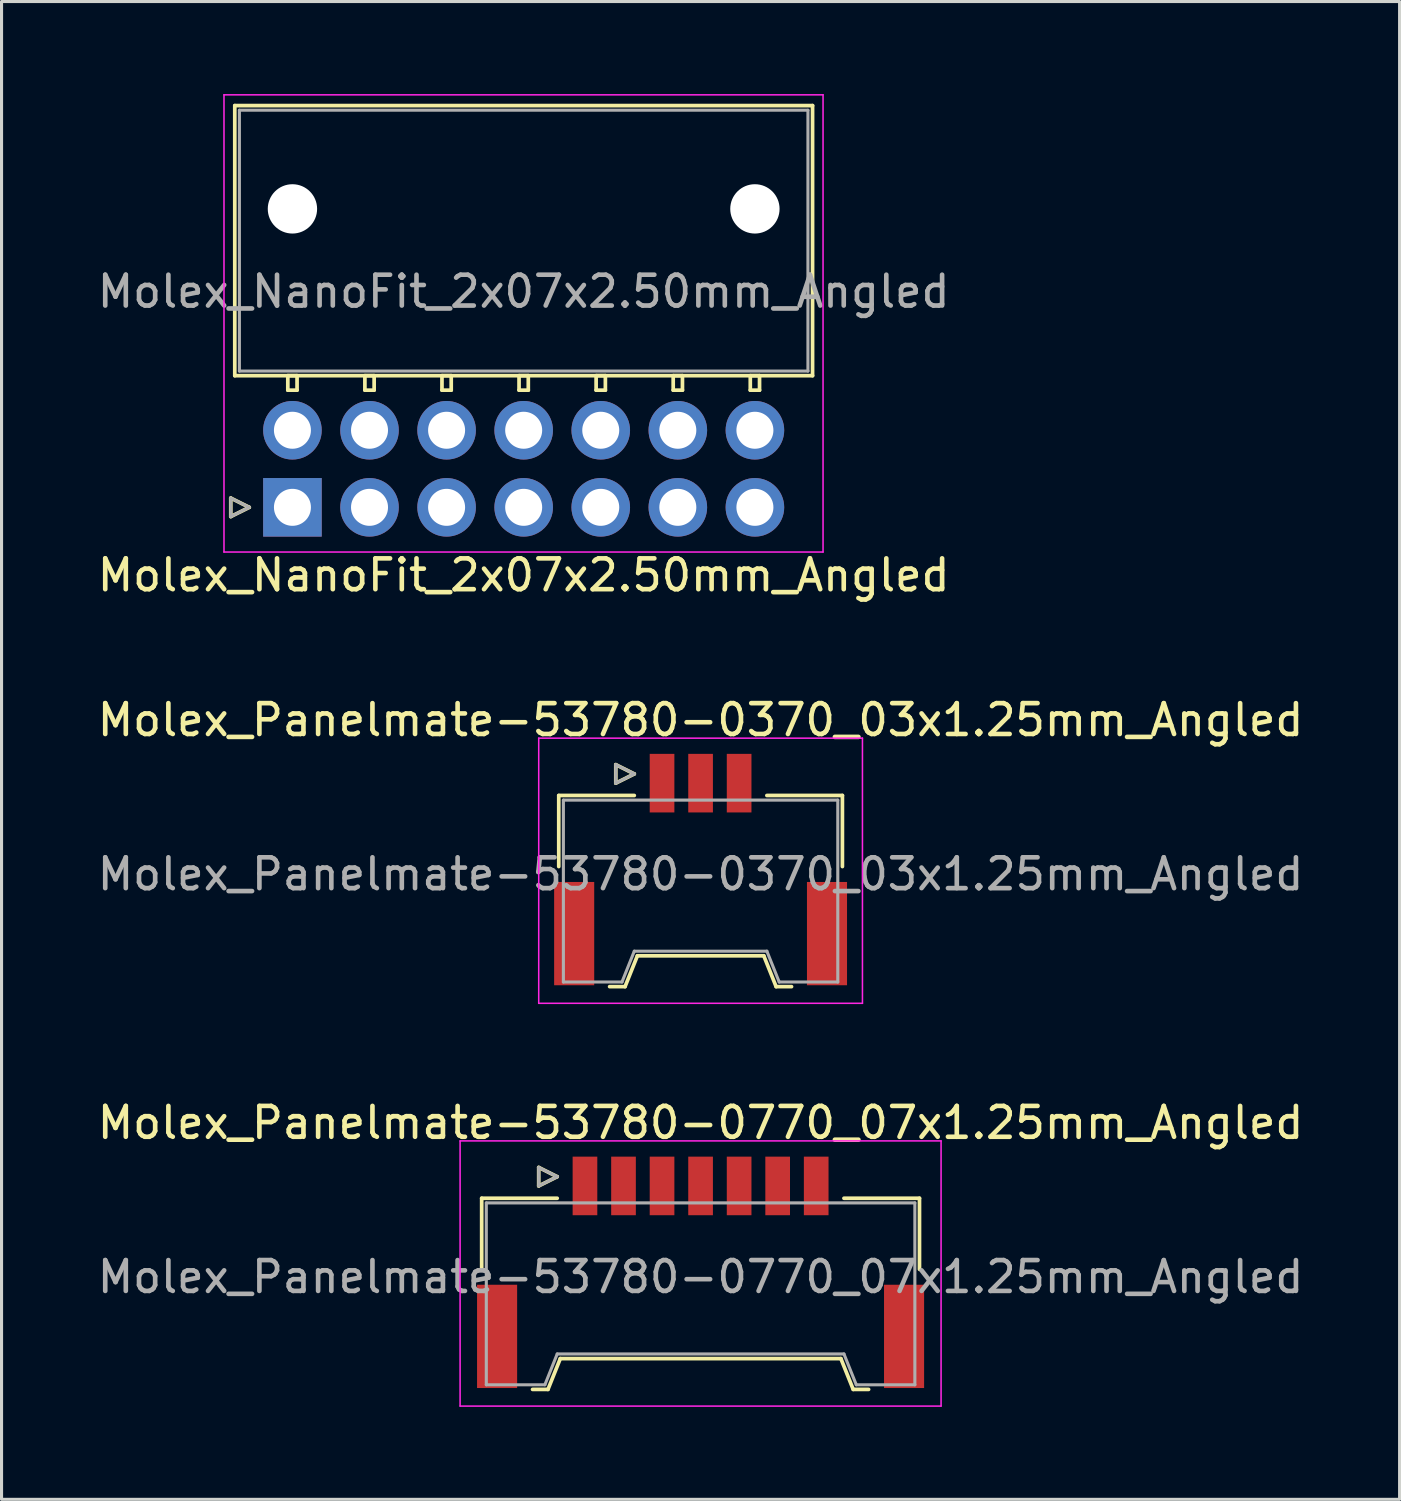
<source format=kicad_pcb>
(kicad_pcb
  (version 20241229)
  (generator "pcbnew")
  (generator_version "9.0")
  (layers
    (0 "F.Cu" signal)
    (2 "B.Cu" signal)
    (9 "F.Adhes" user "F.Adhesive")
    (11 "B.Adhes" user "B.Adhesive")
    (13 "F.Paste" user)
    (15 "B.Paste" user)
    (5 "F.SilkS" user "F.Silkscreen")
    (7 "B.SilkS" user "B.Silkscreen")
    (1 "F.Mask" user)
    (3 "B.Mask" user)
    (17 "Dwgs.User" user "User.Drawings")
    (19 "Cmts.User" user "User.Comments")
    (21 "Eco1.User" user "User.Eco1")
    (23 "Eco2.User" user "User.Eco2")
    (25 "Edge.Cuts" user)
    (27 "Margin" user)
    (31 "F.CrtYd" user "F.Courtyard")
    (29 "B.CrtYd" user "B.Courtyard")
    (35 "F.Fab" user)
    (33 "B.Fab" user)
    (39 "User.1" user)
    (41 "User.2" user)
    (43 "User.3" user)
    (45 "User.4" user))
  (footprint "Molex_Panelmate-53780-0370_03x1.25mm_Angled"
    (layer "F.Cu")
    (at 19.673 24.791)
    (property "Reference" "Molex_Panelmate-53780-0370_03x1.25mm_Angled" (at 0 -4.49 0) (layer "F.SilkS") (effects (font (size 1 1) (thickness 0.15))))
    (attr smd)
    (fp_line (start -4.6 -2.04) (end -4.6 0.265) (stroke (width 0.12) (type solid)) (layer "F.SilkS"))
    (fp_line (start -2.95 4.16) (end -2.45 4.16) (stroke (width 0.12) (type solid)) (layer "F.SilkS"))
    (fp_line (start -2.75 -3.04) (end -2.75 -2.44) (stroke (width 0.12) (type solid)) (layer "F.SilkS"))
    (fp_line (start -2.75 -2.44) (end -2.15 -2.74) (stroke (width 0.12) (type solid)) (layer "F.SilkS"))
    (fp_line (start -2.45 4.16) (end -2.05 3.16) (stroke (width 0.12) (type solid)) (layer "F.SilkS"))
    (fp_line (start -2.15 -2.74) (end -2.75 -3.04) (stroke (width 0.12) (type solid)) (layer "F.SilkS"))
    (fp_line (start -2.15 -2.04) (end -4.6 -2.04) (stroke (width 0.12) (type solid)) (layer "F.SilkS"))
    (fp_line (start -2.05 3.16) (end 2.05 3.16) (stroke (width 0.12) (type solid)) (layer "F.SilkS"))
    (fp_line (start 2.05 3.16) (end 2.45 4.16) (stroke (width 0.12) (type solid)) (layer "F.SilkS"))
    (fp_line (start 2.15 -2.04) (end 4.6 -2.04) (stroke (width 0.12) (type solid)) (layer "F.SilkS"))
    (fp_line (start 2.45 4.16) (end 2.95 4.16) (stroke (width 0.12) (type solid)) (layer "F.SilkS"))
    (fp_line (start 4.6 -2.04) (end 4.6 0.265) (stroke (width 0.12) (type solid)) (layer "F.SilkS"))
    (fp_line (start -5.25 -3.9) (end -5.25 4.7) (stroke (width 0.05) (type solid)) (layer "F.CrtYd"))
    (fp_line (start -5.25 4.7) (end 5.25 4.7) (stroke (width 0.05) (type solid)) (layer "F.CrtYd"))
    (fp_line (start 5.25 -3.9) (end -5.25 -3.9) (stroke (width 0.05) (type solid)) (layer "F.CrtYd"))
    (fp_line (start 5.25 4.7) (end 5.25 -3.9) (stroke (width 0.05) (type solid)) (layer "F.CrtYd"))
    (fp_line (start -4.45 -1.89) (end -4.45 4.01) (stroke (width 0.1) (type solid)) (layer "F.Fab"))
    (fp_line (start -4.45 4.01) (end -2.55 4.01) (stroke (width 0.1) (type solid)) (layer "F.Fab"))
    (fp_line (start -2.75 -3.04) (end -2.75 -2.44) (stroke (width 0.1) (type solid)) (layer "F.Fab"))
    (fp_line (start -2.75 -2.44) (end -2.15 -2.74) (stroke (width 0.1) (type solid)) (layer "F.Fab"))
    (fp_line (start -2.55 4.01) (end -2.15 3.01) (stroke (width 0.1) (type solid)) (layer "F.Fab"))
    (fp_line (start -2.15 -2.74) (end -2.75 -3.04) (stroke (width 0.1) (type solid)) (layer "F.Fab"))
    (fp_line (start -2.15 3.01) (end 2.15 3.01) (stroke (width 0.1) (type solid)) (layer "F.Fab"))
    (fp_line (start 2.15 3.01) (end 2.55 4.01) (stroke (width 0.1) (type solid)) (layer "F.Fab"))
    (fp_line (start 2.55 4.01) (end 4.45 4.01) (stroke (width 0.1) (type solid)) (layer "F.Fab"))
    (fp_line (start 4.45 -1.89) (end -4.45 -1.89) (stroke (width 0.1) (type solid)) (layer "F.Fab"))
    (fp_line (start 4.45 4.01) (end 4.45 -1.89) (stroke (width 0.1) (type solid)) (layer "F.Fab"))
    (fp_text user "${REFERENCE}" (at 0 0.51 0) (layer "F.Fab") (effects (font (size 1 1) (thickness 0.15))))
    (pad "" smd rect (at -4.1 2.44) (size 1.3 3.35) (layers "F.Cu" "F.Mask" "F.Paste"))
    (pad "" smd rect (at 4.1 2.44) (size 1.3 3.35) (layers "F.Cu" "F.Mask" "F.Paste"))
    (pad "1" smd rect (at -1.25 -2.44) (size 0.8 1.9) (layers "F.Cu" "F.Mask" "F.Paste"))
    (pad "2" smd rect (at 0 -2.44) (size 0.8 1.9) (layers "F.Cu" "F.Mask" "F.Paste"))
    (pad "3" smd rect (at 1.25 -2.44) (size 0.8 1.9) (layers "F.Cu" "F.Mask" "F.Paste")))
  (footprint "Molex_NanoFit_2x07x2.50mm_Angled"
    (layer "F.Cu")
    (at 6.435 13.405)
    (property "Reference" "Molex_NanoFit_2x07x2.50mm_Angled" (at 7.5 2.2 0) (layer "F.SilkS") (effects (font (size 1 1) (thickness 0.15))))
    (attr through_hole)
    (fp_line (start -2 -0.3) (end -1.4 0) (stroke (width 0.12) (type solid)) (layer "F.SilkS"))
    (fp_line (start -2 0.3) (end -2 -0.3) (stroke (width 0.12) (type solid)) (layer "F.SilkS"))
    (fp_line (start -1.87 -13.03) (end -1.87 -4.27) (stroke (width 0.12) (type solid)) (layer "F.SilkS"))
    (fp_line (start -1.87 -4.27) (end 16.87 -4.27) (stroke (width 0.12) (type solid)) (layer "F.SilkS"))
    (fp_line (start -1.4 0) (end -2 0.3) (stroke (width 0.12) (type solid)) (layer "F.SilkS"))
    (fp_line (start -0.15 -4.27) (end -0.15 -3.8) (stroke (width 0.12) (type solid)) (layer "F.SilkS"))
    (fp_line (start -0.15 -3.8) (end 0.15 -3.8) (stroke (width 0.12) (type solid)) (layer "F.SilkS"))
    (fp_line (start 0.15 -4.27) (end -0.15 -4.27) (stroke (width 0.12) (type solid)) (layer "F.SilkS"))
    (fp_line (start 0.15 -3.8) (end 0.15 -4.27) (stroke (width 0.12) (type solid)) (layer "F.SilkS"))
    (fp_line (start 2.35 -4.27) (end 2.35 -3.8) (stroke (width 0.12) (type solid)) (layer "F.SilkS"))
    (fp_line (start 2.35 -3.8) (end 2.65 -3.8) (stroke (width 0.12) (type solid)) (layer "F.SilkS"))
    (fp_line (start 2.65 -4.27) (end 2.35 -4.27) (stroke (width 0.12) (type solid)) (layer "F.SilkS"))
    (fp_line (start 2.65 -3.8) (end 2.65 -4.27) (stroke (width 0.12) (type solid)) (layer "F.SilkS"))
    (fp_line (start 4.85 -4.27) (end 4.85 -3.8) (stroke (width 0.12) (type solid)) (layer "F.SilkS"))
    (fp_line (start 4.85 -3.8) (end 5.15 -3.8) (stroke (width 0.12) (type solid)) (layer "F.SilkS"))
    (fp_line (start 5.15 -4.27) (end 4.85 -4.27) (stroke (width 0.12) (type solid)) (layer "F.SilkS"))
    (fp_line (start 5.15 -3.8) (end 5.15 -4.27) (stroke (width 0.12) (type solid)) (layer "F.SilkS"))
    (fp_line (start 7.35 -4.27) (end 7.35 -3.8) (stroke (width 0.12) (type solid)) (layer "F.SilkS"))
    (fp_line (start 7.35 -3.8) (end 7.65 -3.8) (stroke (width 0.12) (type solid)) (layer "F.SilkS"))
    (fp_line (start 7.65 -4.27) (end 7.35 -4.27) (stroke (width 0.12) (type solid)) (layer "F.SilkS"))
    (fp_line (start 7.65 -3.8) (end 7.65 -4.27) (stroke (width 0.12) (type solid)) (layer "F.SilkS"))
    (fp_line (start 9.85 -4.27) (end 9.85 -3.8) (stroke (width 0.12) (type solid)) (layer "F.SilkS"))
    (fp_line (start 9.85 -3.8) (end 10.15 -3.8) (stroke (width 0.12) (type solid)) (layer "F.SilkS"))
    (fp_line (start 10.15 -4.27) (end 9.85 -4.27) (stroke (width 0.12) (type solid)) (layer "F.SilkS"))
    (fp_line (start 10.15 -3.8) (end 10.15 -4.27) (stroke (width 0.12) (type solid)) (layer "F.SilkS"))
    (fp_line (start 12.35 -4.27) (end 12.35 -3.8) (stroke (width 0.12) (type solid)) (layer "F.SilkS"))
    (fp_line (start 12.35 -3.8) (end 12.65 -3.8) (stroke (width 0.12) (type solid)) (layer "F.SilkS"))
    (fp_line (start 12.65 -4.27) (end 12.35 -4.27) (stroke (width 0.12) (type solid)) (layer "F.SilkS"))
    (fp_line (start 12.65 -3.8) (end 12.65 -4.27) (stroke (width 0.12) (type solid)) (layer "F.SilkS"))
    (fp_line (start 14.85 -4.27) (end 14.85 -3.8) (stroke (width 0.12) (type solid)) (layer "F.SilkS"))
    (fp_line (start 14.85 -3.8) (end 15.15 -3.8) (stroke (width 0.12) (type solid)) (layer "F.SilkS"))
    (fp_line (start 15.15 -4.27) (end 14.85 -4.27) (stroke (width 0.12) (type solid)) (layer "F.SilkS"))
    (fp_line (start 15.15 -3.8) (end 15.15 -4.27) (stroke (width 0.12) (type solid)) (layer "F.SilkS"))
    (fp_line (start 16.87 -13.03) (end -1.87 -13.03) (stroke (width 0.12) (type solid)) (layer "F.SilkS"))
    (fp_line (start 16.87 -4.27) (end 16.87 -13.03) (stroke (width 0.12) (type solid)) (layer "F.SilkS"))
    (fp_line (start -2.22 -13.38) (end -2.22 1.45) (stroke (width 0.05) (type solid)) (layer "F.CrtYd"))
    (fp_line (start -2.22 1.45) (end 17.21 1.45) (stroke (width 0.05) (type solid)) (layer "F.CrtYd"))
    (fp_line (start 17.21 -13.38) (end -2.22 -13.38) (stroke (width 0.05) (type solid)) (layer "F.CrtYd"))
    (fp_line (start 17.21 1.45) (end 17.21 -13.38) (stroke (width 0.05) (type solid)) (layer "F.CrtYd"))
    (fp_line (start -2 -0.3) (end -1.4 0) (stroke (width 0.1) (type solid)) (layer "F.Fab"))
    (fp_line (start -2 0.3) (end -2 -0.3) (stroke (width 0.1) (type solid)) (layer "F.Fab"))
    (fp_line (start -1.72 -12.88) (end -1.72 -4.42) (stroke (width 0.1) (type solid)) (layer "F.Fab"))
    (fp_line (start -1.72 -4.42) (end 16.72 -4.42) (stroke (width 0.1) (type solid)) (layer "F.Fab"))
    (fp_line (start -1.4 0) (end -2 0.3) (stroke (width 0.1) (type solid)) (layer "F.Fab"))
    (fp_line (start 16.72 -12.88) (end -1.72 -12.88) (stroke (width 0.1) (type solid)) (layer "F.Fab"))
    (fp_line (start 16.72 -4.42) (end 16.72 -12.88) (stroke (width 0.1) (type solid)) (layer "F.Fab"))
    (fp_text user "${REFERENCE}" (at 7.5 -7 0) (layer "F.Fab") (effects (font (size 1 1) (thickness 0.15))))
    (pad "" np_thru_hole circle (at 0 -9.68) (size 1.6 1.6) (drill 1.6) (layers "*.Cu" "*.Mask"))
    (pad "" np_thru_hole circle (at 15 -9.68) (size 1.6 1.6) (drill 1.6) (layers "*.Cu" "*.Mask"))
    (pad "1" thru_hole rect (at 0 0) (size 1.9 1.9) (drill 1.2) (layers "*.Cu" "*.Mask"))
    (pad "2" thru_hole circle (at 2.5 0) (size 1.9 1.9) (drill 1.2) (layers "*.Cu" "*.Mask"))
    (pad "3" thru_hole circle (at 5 0) (size 1.9 1.9) (drill 1.2) (layers "*.Cu" "*.Mask"))
    (pad "4" thru_hole circle (at 7.5 0) (size 1.9 1.9) (drill 1.2) (layers "*.Cu" "*.Mask"))
    (pad "5" thru_hole circle (at 10 0) (size 1.9 1.9) (drill 1.2) (layers "*.Cu" "*.Mask"))
    (pad "6" thru_hole circle (at 12.5 0) (size 1.9 1.9) (drill 1.2) (layers "*.Cu" "*.Mask"))
    (pad "7" thru_hole circle (at 15 0) (size 1.9 1.9) (drill 1.2) (layers "*.Cu" "*.Mask"))
    (pad "8" thru_hole circle (at 0 -2.5) (size 1.9 1.9) (drill 1.2) (layers "*.Cu" "*.Mask"))
    (pad "9" thru_hole circle (at 2.5 -2.5) (size 1.9 1.9) (drill 1.2) (layers "*.Cu" "*.Mask"))
    (pad "10" thru_hole circle (at 5 -2.5) (size 1.9 1.9) (drill 1.2) (layers "*.Cu" "*.Mask"))
    (pad "11" thru_hole circle (at 7.5 -2.5) (size 1.9 1.9) (drill 1.2) (layers "*.Cu" "*.Mask"))
    (pad "12" thru_hole circle (at 10 -2.5) (size 1.9 1.9) (drill 1.2) (layers "*.Cu" "*.Mask"))
    (pad "13" thru_hole circle (at 12.5 -2.5) (size 1.9 1.9) (drill 1.2) (layers "*.Cu" "*.Mask"))
    (pad "14" thru_hole circle (at 15 -2.5) (size 1.9 1.9) (drill 1.2) (layers "*.Cu" "*.Mask")))
  (footprint "Molex_Panelmate-53780-0770_07x1.25mm_Angled"
    (layer "F.Cu")
    (at 19.673 37.855)
    (property "Reference" "Molex_Panelmate-53780-0770_07x1.25mm_Angled" (at 0 -4.49 0) (layer "F.SilkS") (effects (font (size 1 1) (thickness 0.15))))
    (attr smd)
    (fp_line (start -7.1 -2.04) (end -7.1 0.265) (stroke (width 0.12) (type solid)) (layer "F.SilkS"))
    (fp_line (start -5.45 4.16) (end -4.95 4.16) (stroke (width 0.12) (type solid)) (layer "F.SilkS"))
    (fp_line (start -5.25 -3.04) (end -5.25 -2.44) (stroke (width 0.12) (type solid)) (layer "F.SilkS"))
    (fp_line (start -5.25 -2.44) (end -4.65 -2.74) (stroke (width 0.12) (type solid)) (layer "F.SilkS"))
    (fp_line (start -4.95 4.16) (end -4.55 3.16) (stroke (width 0.12) (type solid)) (layer "F.SilkS"))
    (fp_line (start -4.65 -2.74) (end -5.25 -3.04) (stroke (width 0.12) (type solid)) (layer "F.SilkS"))
    (fp_line (start -4.65 -2.04) (end -7.1 -2.04) (stroke (width 0.12) (type solid)) (layer "F.SilkS"))
    (fp_line (start -4.55 3.16) (end 4.55 3.16) (stroke (width 0.12) (type solid)) (layer "F.SilkS"))
    (fp_line (start 4.55 3.16) (end 4.95 4.16) (stroke (width 0.12) (type solid)) (layer "F.SilkS"))
    (fp_line (start 4.65 -2.04) (end 7.1 -2.04) (stroke (width 0.12) (type solid)) (layer "F.SilkS"))
    (fp_line (start 4.95 4.16) (end 5.45 4.16) (stroke (width 0.12) (type solid)) (layer "F.SilkS"))
    (fp_line (start 7.1 -2.04) (end 7.1 0.265) (stroke (width 0.12) (type solid)) (layer "F.SilkS"))
    (fp_line (start -7.8 -3.9) (end -7.8 4.7) (stroke (width 0.05) (type solid)) (layer "F.CrtYd"))
    (fp_line (start -7.8 4.7) (end 7.8 4.7) (stroke (width 0.05) (type solid)) (layer "F.CrtYd"))
    (fp_line (start 7.8 -3.9) (end -7.8 -3.9) (stroke (width 0.05) (type solid)) (layer "F.CrtYd"))
    (fp_line (start 7.8 4.7) (end 7.8 -3.9) (stroke (width 0.05) (type solid)) (layer "F.CrtYd"))
    (fp_line (start -6.95 -1.89) (end -6.95 4.01) (stroke (width 0.1) (type solid)) (layer "F.Fab"))
    (fp_line (start -6.95 4.01) (end -5.05 4.01) (stroke (width 0.1) (type solid)) (layer "F.Fab"))
    (fp_line (start -5.25 -3.04) (end -5.25 -2.44) (stroke (width 0.1) (type solid)) (layer "F.Fab"))
    (fp_line (start -5.25 -2.44) (end -4.65 -2.74) (stroke (width 0.1) (type solid)) (layer "F.Fab"))
    (fp_line (start -5.05 4.01) (end -4.65 3.01) (stroke (width 0.1) (type solid)) (layer "F.Fab"))
    (fp_line (start -4.65 -2.74) (end -5.25 -3.04) (stroke (width 0.1) (type solid)) (layer "F.Fab"))
    (fp_line (start -4.65 3.01) (end 4.65 3.01) (stroke (width 0.1) (type solid)) (layer "F.Fab"))
    (fp_line (start 4.65 3.01) (end 5.05 4.01) (stroke (width 0.1) (type solid)) (layer "F.Fab"))
    (fp_line (start 5.05 4.01) (end 6.95 4.01) (stroke (width 0.1) (type solid)) (layer "F.Fab"))
    (fp_line (start 6.95 -1.89) (end -6.95 -1.89) (stroke (width 0.1) (type solid)) (layer "F.Fab"))
    (fp_line (start 6.95 4.01) (end 6.95 -1.89) (stroke (width 0.1) (type solid)) (layer "F.Fab"))
    (fp_text user "${REFERENCE}" (at 0 0.51 0) (layer "F.Fab") (effects (font (size 1 1) (thickness 0.15))))
    (pad "" smd rect (at -6.6 2.44) (size 1.3 3.35) (layers "F.Cu" "F.Mask" "F.Paste"))
    (pad "" smd rect (at 6.6 2.44) (size 1.3 3.35) (layers "F.Cu" "F.Mask" "F.Paste"))
    (pad "1" smd rect (at -3.75 -2.44) (size 0.8 1.9) (layers "F.Cu" "F.Mask" "F.Paste"))
    (pad "2" smd rect (at -2.5 -2.44) (size 0.8 1.9) (layers "F.Cu" "F.Mask" "F.Paste"))
    (pad "3" smd rect (at -1.25 -2.44) (size 0.8 1.9) (layers "F.Cu" "F.Mask" "F.Paste"))
    (pad "4" smd rect (at 0 -2.44) (size 0.8 1.9) (layers "F.Cu" "F.Mask" "F.Paste"))
    (pad "5" smd rect (at 1.25 -2.44) (size 0.8 1.9) (layers "F.Cu" "F.Mask" "F.Paste"))
    (pad "6" smd rect (at 2.5 -2.44) (size 0.8 1.9) (layers "F.Cu" "F.Mask" "F.Paste"))
    (pad "7" smd rect (at 3.75 -2.44) (size 0.8 1.9) (layers "F.Cu" "F.Mask" "F.Paste")))
  (gr_rect
    (start -3 -3)
    (end 42.345 45.58)
    (stroke (width 0.1) (type default))
    (fill no)
    (layer "Edge.Cuts")))
</source>
